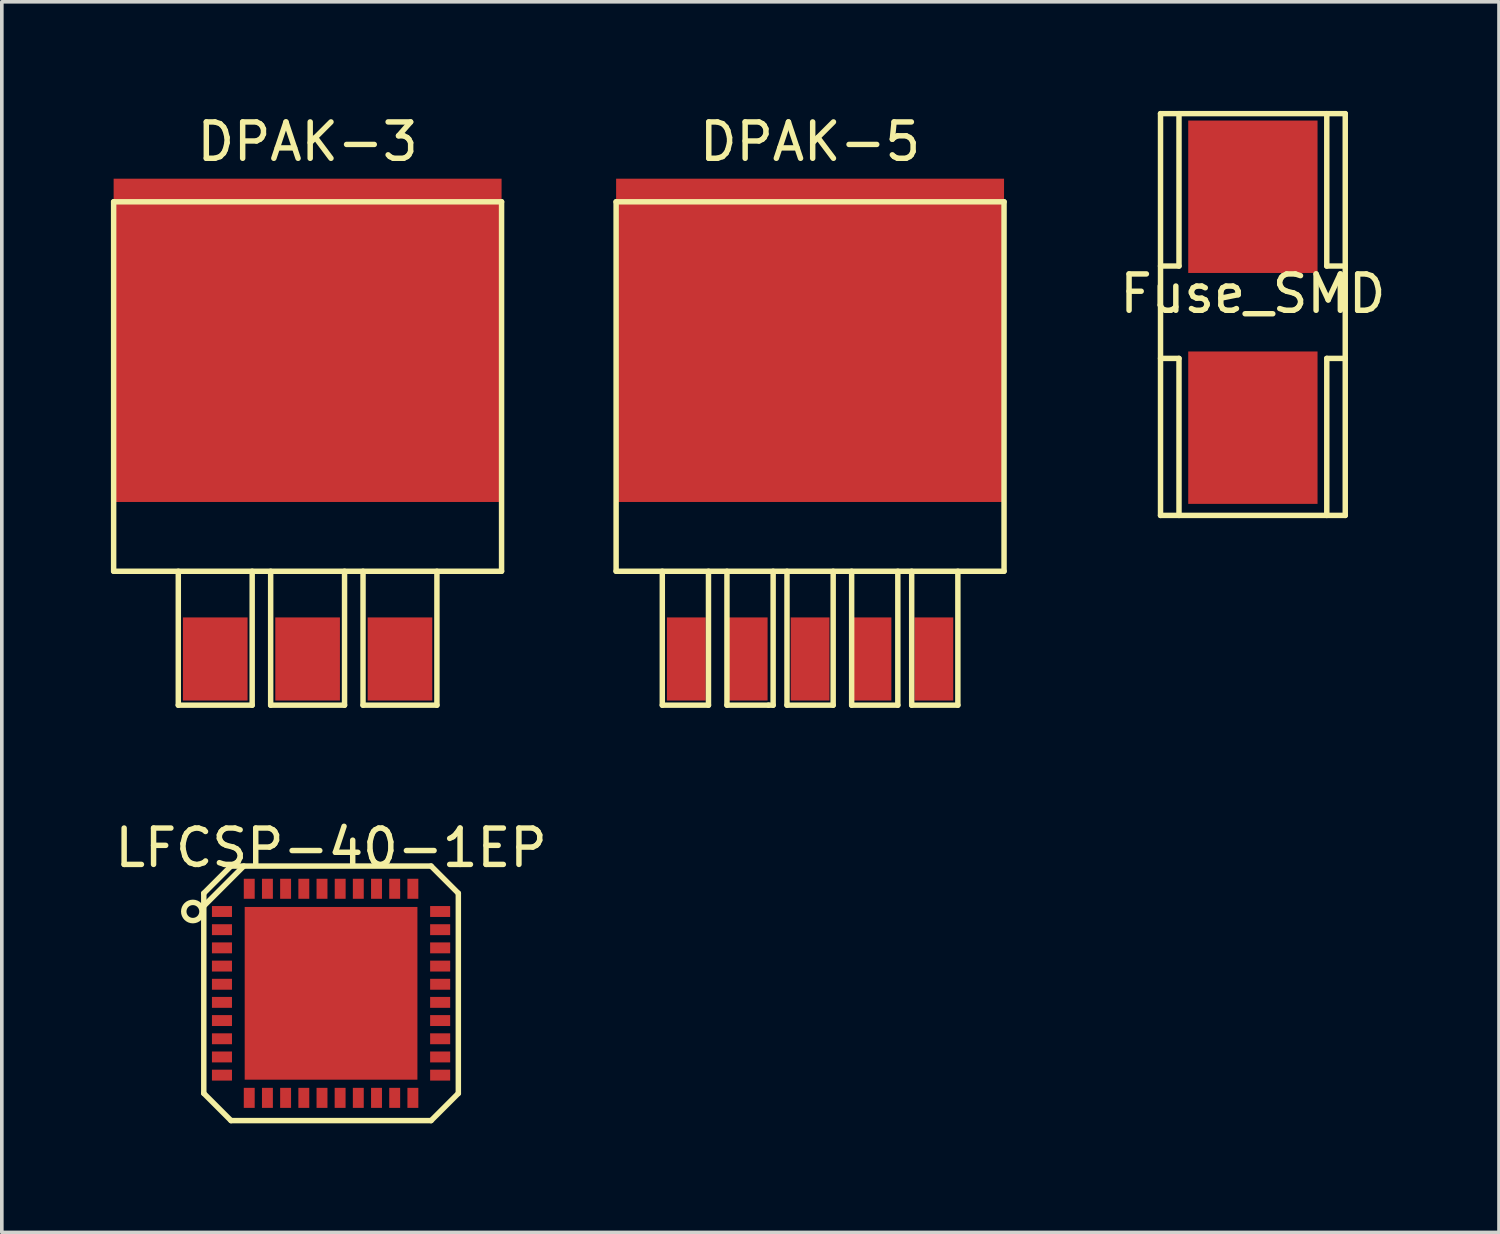
<source format=kicad_pcb>
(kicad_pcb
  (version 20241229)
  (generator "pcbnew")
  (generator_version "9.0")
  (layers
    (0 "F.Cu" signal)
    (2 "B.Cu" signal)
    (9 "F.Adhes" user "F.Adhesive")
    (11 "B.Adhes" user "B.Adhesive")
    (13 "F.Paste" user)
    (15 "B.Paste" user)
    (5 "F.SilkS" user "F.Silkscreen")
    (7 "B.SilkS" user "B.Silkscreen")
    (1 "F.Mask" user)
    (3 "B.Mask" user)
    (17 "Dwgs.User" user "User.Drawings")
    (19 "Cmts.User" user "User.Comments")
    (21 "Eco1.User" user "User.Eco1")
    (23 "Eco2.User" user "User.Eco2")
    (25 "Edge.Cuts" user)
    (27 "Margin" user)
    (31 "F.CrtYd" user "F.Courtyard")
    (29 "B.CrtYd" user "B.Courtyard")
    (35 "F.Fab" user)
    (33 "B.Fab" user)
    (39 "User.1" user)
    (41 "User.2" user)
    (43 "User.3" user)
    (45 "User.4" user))
  (footprint "DPAK-5"
    (layer "F.Cu")
    (at 19.227 15.072)
    (property "Reference" "DPAK-5" (at 0 -14.224 0) (layer "F.SilkS") (effects (font (size 1 1) (thickness 0.15))))
    (attr through_hole)
    (fp_line (start -5.334 -12.573) (end -5.334 -2.413) (stroke (width 0.15) (type solid)) (layer "F.SilkS"))
    (fp_line (start -5.334 -2.413) (end 5.334 -2.413) (stroke (width 0.15) (type solid)) (layer "F.SilkS"))
    (fp_line (start -4.064 -2.413) (end -4.064 1.27) (stroke (width 0.15) (type solid)) (layer "F.SilkS"))
    (fp_line (start -4.064 1.27) (end -2.794 1.27) (stroke (width 0.15) (type solid)) (layer "F.SilkS"))
    (fp_line (start -2.794 1.27) (end -2.794 -2.413) (stroke (width 0.15) (type solid)) (layer "F.SilkS"))
    (fp_line (start -2.286 -2.413) (end -2.286 1.27) (stroke (width 0.15) (type solid)) (layer "F.SilkS"))
    (fp_line (start -2.286 1.27) (end -1.143 1.27) (stroke (width 0.15) (type solid)) (layer "F.SilkS"))
    (fp_line (start -1.143 1.27) (end -1.016 1.27) (stroke (width 0.15) (type solid)) (layer "F.SilkS"))
    (fp_line (start -1.016 1.27) (end -1.016 -2.413) (stroke (width 0.15) (type solid)) (layer "F.SilkS"))
    (fp_line (start -0.635 -2.413) (end -0.635 1.27) (stroke (width 0.15) (type solid)) (layer "F.SilkS"))
    (fp_line (start -0.635 1.27) (end 0.635 1.27) (stroke (width 0.15) (type solid)) (layer "F.SilkS"))
    (fp_line (start 0.635 1.27) (end 0.635 -2.413) (stroke (width 0.15) (type solid)) (layer "F.SilkS"))
    (fp_line (start 1.143 -2.413) (end 1.143 1.27) (stroke (width 0.15) (type solid)) (layer "F.SilkS"))
    (fp_line (start 1.143 1.27) (end 2.413 1.27) (stroke (width 0.15) (type solid)) (layer "F.SilkS"))
    (fp_line (start 2.413 1.27) (end 2.413 -2.413) (stroke (width 0.15) (type solid)) (layer "F.SilkS"))
    (fp_line (start 2.794 -2.413) (end 2.794 1.27) (stroke (width 0.15) (type solid)) (layer "F.SilkS"))
    (fp_line (start 2.794 1.27) (end 4.064 1.27) (stroke (width 0.15) (type solid)) (layer "F.SilkS"))
    (fp_line (start 4.064 1.27) (end 4.064 -2.413) (stroke (width 0.15) (type solid)) (layer "F.SilkS"))
    (fp_line (start 5.334 -12.573) (end -5.334 -12.573) (stroke (width 0.15) (type solid)) (layer "F.SilkS"))
    (fp_line (start 5.334 -2.413) (end 5.334 -12.573) (stroke (width 0.15) (type solid)) (layer "F.SilkS"))
    (pad "1" smd rect (at -3.404 0) (size 1.067 2.286) (layers "F.Cu" "F.Mask" "F.Paste"))
    (pad "2" smd rect (at -1.702 0) (size 1.067 2.286) (layers "F.Cu" "F.Mask" "F.Paste"))
    (pad "3" smd rect (at 0 -8.763) (size 10.668 8.89) (layers "F.Cu" "F.Mask" "F.Paste"))
    (pad "3" smd rect (at 0 0) (size 1.067 2.286) (layers "F.Cu" "F.Mask" "F.Paste"))
    (pad "4" smd rect (at 1.702 0) (size 1.067 2.286) (layers "F.Cu" "F.Mask" "F.Paste"))
    (pad "5" smd rect (at 3.404 0) (size 1.067 2.286) (layers "F.Cu" "F.Mask" "F.Paste")))
  (footprint "DPAK-3"
    (layer "F.Cu")
    (at 5.409 15.072)
    (property "Reference" "DPAK-3" (at 0 -14.224 0) (layer "F.SilkS") (effects (font (size 1 1) (thickness 0.15))))
    (attr through_hole)
    (fp_line (start -5.334 -12.573) (end -5.334 -2.413) (stroke (width 0.15) (type solid)) (layer "F.SilkS"))
    (fp_line (start -5.334 -2.413) (end 5.334 -2.413) (stroke (width 0.15) (type solid)) (layer "F.SilkS"))
    (fp_line (start -3.556 -2.413) (end -3.556 1.27) (stroke (width 0.15) (type solid)) (layer "F.SilkS"))
    (fp_line (start -3.556 1.27) (end -1.524 1.27) (stroke (width 0.15) (type solid)) (layer "F.SilkS"))
    (fp_line (start -1.524 1.27) (end -1.524 -2.413) (stroke (width 0.15) (type solid)) (layer "F.SilkS"))
    (fp_line (start -1.016 -2.413) (end -1.016 1.27) (stroke (width 0.15) (type solid)) (layer "F.SilkS"))
    (fp_line (start -1.016 1.27) (end 1.016 1.27) (stroke (width 0.15) (type solid)) (layer "F.SilkS"))
    (fp_line (start 1.016 1.27) (end 1.016 -2.413) (stroke (width 0.15) (type solid)) (layer "F.SilkS"))
    (fp_line (start 1.524 -2.413) (end 1.524 1.27) (stroke (width 0.15) (type solid)) (layer "F.SilkS"))
    (fp_line (start 1.524 1.27) (end 3.556 1.27) (stroke (width 0.15) (type solid)) (layer "F.SilkS"))
    (fp_line (start 3.556 1.27) (end 3.556 -2.413) (stroke (width 0.15) (type solid)) (layer "F.SilkS"))
    (fp_line (start 5.334 -12.573) (end -5.334 -12.573) (stroke (width 0.15) (type solid)) (layer "F.SilkS"))
    (fp_line (start 5.334 -2.413) (end 5.334 -12.573) (stroke (width 0.15) (type solid)) (layer "F.SilkS"))
    (pad "1" smd rect (at -2.54 0) (size 1.778 2.286) (layers "F.Cu" "F.Mask" "F.Paste"))
    (pad "2" smd rect (at 0 -8.763) (size 10.668 8.89) (layers "F.Cu" "F.Mask" "F.Paste"))
    (pad "2" smd rect (at 0 0) (size 1.778 2.286) (layers "F.Cu" "F.Mask" "F.Paste"))
    (pad "3" smd rect (at 2.54 0) (size 1.778 2.286) (layers "F.Cu" "F.Mask" "F.Paste")))
  (footprint "Fuse_SMD"
    (layer "F.Cu")
    (at 31.404 5.536)
    (property "Reference" "Fuse_SMD" (at 0 -0.508 0) (layer "F.SilkS") (effects (font (size 1 1) (thickness 0.15))))
    (attr smd)
    (fp_line (start -2.54 -5.461) (end -2.54 5.588) (stroke (width 0.15) (type solid)) (layer "F.SilkS"))
    (fp_line (start -2.54 -5.461) (end 2.54 -5.461) (stroke (width 0.15) (type solid)) (layer "F.SilkS"))
    (fp_line (start -2.032 -5.461) (end -2.032 -1.27) (stroke (width 0.15) (type solid)) (layer "F.SilkS"))
    (fp_line (start -2.032 -1.27) (end -2.54 -1.27) (stroke (width 0.15) (type solid)) (layer "F.SilkS"))
    (fp_line (start -2.032 1.27) (end -2.54 1.27) (stroke (width 0.15) (type solid)) (layer "F.SilkS"))
    (fp_line (start -2.032 5.588) (end -2.032 1.27) (stroke (width 0.15) (type solid)) (layer "F.SilkS"))
    (fp_line (start 2.032 -5.461) (end 2.032 -1.27) (stroke (width 0.15) (type solid)) (layer "F.SilkS"))
    (fp_line (start 2.032 -1.27) (end 2.54 -1.27) (stroke (width 0.15) (type solid)) (layer "F.SilkS"))
    (fp_line (start 2.032 1.27) (end 2.54 1.27) (stroke (width 0.15) (type solid)) (layer "F.SilkS"))
    (fp_line (start 2.032 5.588) (end 2.032 1.27) (stroke (width 0.15) (type solid)) (layer "F.SilkS"))
    (fp_line (start 2.54 5.588) (end -2.54 5.588) (stroke (width 0.15) (type solid)) (layer "F.SilkS"))
    (fp_line (start 2.54 5.588) (end 2.54 -5.461) (stroke (width 0.15) (type solid)) (layer "F.SilkS"))
    (pad "1" smd rect (at 0 -3.175) (size 3.556 4.191) (layers "F.Cu" "F.Mask" "F.Paste"))
    (pad "2" smd rect (at 0 3.175) (size 3.556 4.191) (layers "F.Cu" "F.Mask" "F.Paste")))
  (footprint "LFCSP-40-1EP"
    (layer "F.Cu")
    (at 6.054 24.266)
    (property "Reference" "LFCSP-40-1EP" (at 0 -4 0) (layer "F.SilkS") (effects (font (size 1 1) (thickness 0.15))))
    (attr smd)
    (fp_line (start -3.5 -2.751) (end -2.751 -3.5) (stroke (width 0.15) (type solid)) (layer "F.SilkS"))
    (fp_line (start -3.5 -2.4) (end -2.4 -3.5) (stroke (width 0.15) (type solid)) (layer "F.SilkS"))
    (fp_line (start -3.5 2.751) (end -3.5 -2.751) (stroke (width 0.15) (type solid)) (layer "F.SilkS"))
    (fp_line (start -2.751 -3.5) (end 2.751 -3.5) (stroke (width 0.15) (type solid)) (layer "F.SilkS"))
    (fp_line (start -2.751 3.5) (end -3.5 2.751) (stroke (width 0.15) (type solid)) (layer "F.SilkS"))
    (fp_line (start 2.751 -3.5) (end 3.5 -2.751) (stroke (width 0.15) (type solid)) (layer "F.SilkS"))
    (fp_line (start 2.751 3.5) (end -2.751 3.5) (stroke (width 0.15) (type solid)) (layer "F.SilkS"))
    (fp_line (start 2.751 3.5) (end 3.5 2.751) (stroke (width 0.15) (type solid)) (layer "F.SilkS"))
    (fp_line (start 3.5 -2.751) (end 3.5 2.751) (stroke (width 0.15) (type solid)) (layer "F.SilkS"))
    (fp_circle (center -3.8 -2.25) (end -4.051 -2.25) (stroke (width 0.15) (type solid)) (fill no) (layer "F.SilkS"))
    (pad "1" smd rect (at -3 -2.25 270) (size 0.3 0.551) (layers "F.Cu" "F.Mask" "F.Paste"))
    (pad "2" smd rect (at -3 -1.75 270) (size 0.3 0.551) (layers "F.Cu" "F.Mask" "F.Paste"))
    (pad "3" smd rect (at -3 -1.25 270) (size 0.3 0.551) (layers "F.Cu" "F.Mask" "F.Paste"))
    (pad "4" smd rect (at -3 -0.749 270) (size 0.3 0.551) (layers "F.Cu" "F.Mask" "F.Paste"))
    (pad "5" smd rect (at -3 -0.249 270) (size 0.3 0.551) (layers "F.Cu" "F.Mask" "F.Paste"))
    (pad "6" smd rect (at -3 0.249 270) (size 0.3 0.551) (layers "F.Cu" "F.Mask" "F.Paste"))
    (pad "7" smd rect (at -3 0.749 270) (size 0.3 0.551) (layers "F.Cu" "F.Mask" "F.Paste"))
    (pad "8" smd rect (at -3 1.25 270) (size 0.3 0.551) (layers "F.Cu" "F.Mask" "F.Paste"))
    (pad "9" smd rect (at -3 1.75 270) (size 0.3 0.551) (layers "F.Cu" "F.Mask" "F.Paste"))
    (pad "10" smd rect (at -3 2.25 270) (size 0.3 0.551) (layers "F.Cu" "F.Mask" "F.Paste"))
    (pad "11" smd rect (at -2.25 2.875) (size 0.3 0.551) (layers "F.Cu" "F.Mask" "F.Paste"))
    (pad "12" smd rect (at -1.75 2.875) (size 0.3 0.551) (layers "F.Cu" "F.Mask" "F.Paste"))
    (pad "13" smd rect (at -1.25 2.875) (size 0.3 0.551) (layers "F.Cu" "F.Mask" "F.Paste"))
    (pad "14" smd rect (at -0.749 2.875) (size 0.3 0.551) (layers "F.Cu" "F.Mask" "F.Paste"))
    (pad "15" smd rect (at -0.249 2.875) (size 0.3 0.551) (layers "F.Cu" "F.Mask" "F.Paste"))
    (pad "16" smd rect (at 0.249 2.875) (size 0.3 0.551) (layers "F.Cu" "F.Mask" "F.Paste"))
    (pad "17" smd rect (at 0.749 2.875) (size 0.3 0.551) (layers "F.Cu" "F.Mask" "F.Paste"))
    (pad "18" smd rect (at 1.25 2.875) (size 0.3 0.551) (layers "F.Cu" "F.Mask" "F.Paste"))
    (pad "19" smd rect (at 1.75 2.875) (size 0.3 0.551) (layers "F.Cu" "F.Mask" "F.Paste"))
    (pad "20" smd rect (at 2.25 2.875) (size 0.3 0.551) (layers "F.Cu" "F.Mask" "F.Paste"))
    (pad "21" smd rect (at 3 2.25 270) (size 0.3 0.551) (layers "F.Cu" "F.Mask" "F.Paste"))
    (pad "22" smd rect (at 3 1.75 270) (size 0.3 0.551) (layers "F.Cu" "F.Mask" "F.Paste"))
    (pad "23" smd rect (at 3 1.25 270) (size 0.3 0.551) (layers "F.Cu" "F.Mask" "F.Paste"))
    (pad "24" smd rect (at 3 0.749 270) (size 0.3 0.551) (layers "F.Cu" "F.Mask" "F.Paste"))
    (pad "25" smd rect (at 3 0.249 270) (size 0.3 0.551) (layers "F.Cu" "F.Mask" "F.Paste"))
    (pad "26" smd rect (at 3 -0.249 270) (size 0.3 0.551) (layers "F.Cu" "F.Mask" "F.Paste"))
    (pad "27" smd rect (at 3 -0.749 270) (size 0.3 0.551) (layers "F.Cu" "F.Mask" "F.Paste"))
    (pad "28" smd rect (at 3 -1.25 270) (size 0.3 0.551) (layers "F.Cu" "F.Mask" "F.Paste"))
    (pad "29" smd rect (at 3 -1.75 270) (size 0.3 0.551) (layers "F.Cu" "F.Mask" "F.Paste"))
    (pad "30" smd rect (at 3 -2.25 270) (size 0.3 0.551) (layers "F.Cu" "F.Mask" "F.Paste"))
    (pad "31" smd rect (at 2.25 -2.875) (size 0.3 0.551) (layers "F.Cu" "F.Mask" "F.Paste"))
    (pad "32" smd rect (at 1.75 -2.875) (size 0.3 0.551) (layers "F.Cu" "F.Mask" "F.Paste"))
    (pad "33" smd rect (at 1.25 -2.875) (size 0.3 0.551) (layers "F.Cu" "F.Mask" "F.Paste"))
    (pad "34" smd rect (at 0.749 -2.875) (size 0.3 0.551) (layers "F.Cu" "F.Mask" "F.Paste"))
    (pad "35" smd rect (at 0.251 -2.875) (size 0.3 0.551) (layers "F.Cu" "F.Mask" "F.Paste"))
    (pad "36" smd rect (at -0.249 -2.875) (size 0.3 0.551) (layers "F.Cu" "F.Mask" "F.Paste"))
    (pad "37" smd rect (at -0.749 -2.875) (size 0.3 0.551) (layers "F.Cu" "F.Mask" "F.Paste"))
    (pad "38" smd rect (at -1.25 -2.875) (size 0.3 0.551) (layers "F.Cu" "F.Mask" "F.Paste"))
    (pad "39" smd rect (at -1.75 -2.875) (size 0.3 0.551) (layers "F.Cu" "F.Mask" "F.Paste"))
    (pad "40" smd rect (at -2.25 -2.875) (size 0.3 0.551) (layers "F.Cu" "F.Mask" "F.Paste"))
    (pad "41" smd rect (at 0 0) (size 4.75 4.75) (layers "F.Cu" "F.Mask" "F.Paste")))
  (gr_rect
    (start -3 -3)
    (end 38.172 30.841)
    (stroke (width 0.1) (type default))
    (fill no)
    (layer "Edge.Cuts")))
</source>
